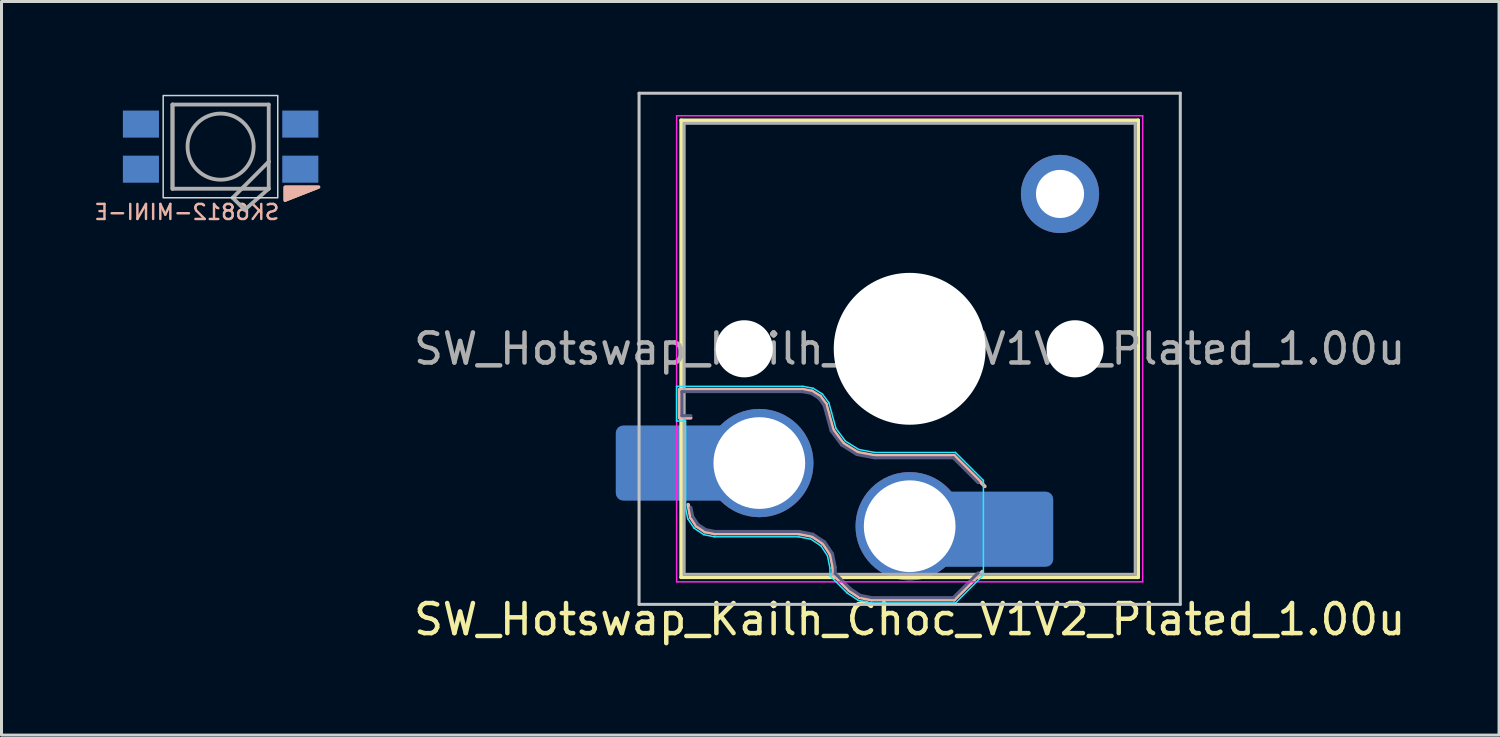
<source format=kicad_pcb>
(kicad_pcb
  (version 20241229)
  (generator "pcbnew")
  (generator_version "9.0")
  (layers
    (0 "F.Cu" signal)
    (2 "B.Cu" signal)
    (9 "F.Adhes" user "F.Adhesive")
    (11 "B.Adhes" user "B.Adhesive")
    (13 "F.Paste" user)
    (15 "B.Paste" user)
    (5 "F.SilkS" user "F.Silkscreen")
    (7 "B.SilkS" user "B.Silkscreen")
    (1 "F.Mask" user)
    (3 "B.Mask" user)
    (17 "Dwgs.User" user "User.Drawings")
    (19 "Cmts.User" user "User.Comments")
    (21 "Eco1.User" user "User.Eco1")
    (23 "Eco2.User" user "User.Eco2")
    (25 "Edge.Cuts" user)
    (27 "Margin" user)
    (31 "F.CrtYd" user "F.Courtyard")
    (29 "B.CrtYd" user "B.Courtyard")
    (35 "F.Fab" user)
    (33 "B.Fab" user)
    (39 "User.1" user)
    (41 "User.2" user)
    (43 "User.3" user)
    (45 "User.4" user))
  (footprint "SK6812-MINI-E"
    (layer "F.Cu")
    (at 4.287 1.827)
    (property "Reference" "SK6812-MINI-E" (at 2 2.47 0) (layer "B.SilkS") (effects (font (size 0.5 0.5) (thickness 0.081)) (justify left bottom mirror)))
    (fp_poly (pts (xy 2.145 1.341) (xy 3.265 1.341) (xy 2.145 1.781)) (stroke (width 0.1) (type solid)) (fill yes) (layer "F.SilkS"))
    (fp_poly (pts (xy 2.14 1.35) (xy 3.26 1.35) (xy 2.14 1.79)) (stroke (width 0.1) (type solid)) (fill yes) (layer "B.SilkS"))
    (fp_rect (start 1.9 1.7) (end -1.91 -1.7) (stroke (width 0.05) (type default)) (fill no) (layer "Edge.Cuts"))
    (fp_line (start -1.6 -1.4) (end 1.6 -1.4) (stroke (width 0.127) (type solid)) (layer "F.Fab"))
    (fp_line (start -1.6 1.4) (end -1.6 -1.4) (stroke (width 0.127) (type solid)) (layer "F.Fab"))
    (fp_line (start -1.6 1.4) (end -1.6 -1.4) (stroke (width 0.127) (type solid)) (layer "F.Fab"))
    (fp_line (start 0.4 1.7) (end 0.8 2.1) (stroke (width 0.127) (type solid)) (layer "F.Fab"))
    (fp_line (start 0.7 1.4) (end -1.6 1.4) (stroke (width 0.127) (type solid)) (layer "F.Fab"))
    (fp_line (start 0.7 1.4) (end 0.4 1.7) (stroke (width 0.127) (type solid)) (layer "F.Fab"))
    (fp_line (start 0.8 2.1) (end 1.6 1.4) (stroke (width 0.127) (type solid)) (layer "F.Fab"))
    (fp_line (start 1.6 -1.4) (end 1.6 0.5) (stroke (width 0.127) (type solid)) (layer "F.Fab"))
    (fp_line (start 1.6 0.5) (end 0.7 1.4) (stroke (width 0.127) (type solid)) (layer "F.Fab"))
    (fp_line (start 1.6 0.5) (end 1.6 1.4) (stroke (width 0.127) (type solid)) (layer "F.Fab"))
    (fp_line (start 1.6 1.4) (end 0.7 1.4) (stroke (width 0.127) (type solid)) (layer "F.Fab"))
    (fp_circle (center 0 0) (end -1.1 0) (stroke (width 0.127) (type solid)) (fill no) (layer "F.Fab"))
    (pad "1" smd rect (at -2.65 -0.75 180) (size 1.2 0.9) (layers "B.Cu" "B.Mask" "B.Paste"))
    (pad "2" smd rect (at -2.65 0.75 180) (size 1.2 0.9) (layers "B.Cu" "B.Mask" "B.Paste"))
    (pad "3" smd rect (at 2.65 0.75 180) (size 1.2 0.9) (layers "B.Cu" "B.Mask" "B.Paste"))
    (pad "4" smd rect (at 2.65 -0.75 180) (size 1.2 0.9) (layers "B.Cu" "B.Mask" "B.Paste"))
    (zone (net_name "") (layer "F.Cu") (hatch edge 0.5) (connect_pads) (min_thickness 0.25) (filled_areas_thickness no) (keepout (tracks not_allowed) (vias not_allowed) (pads not_allowed) (copperpour not_allowed) (footprints allowed)) (placement (enabled no)) (fill) (polygon (pts (xy 6.187 0.127) (xy 2.387 0.127) (xy 2.387 3.527) (xy 6.187 3.527))))
    (zone (net_name "") (layer "B.Cu") (hatch edge 0.5) (connect_pads) (min_thickness 0.25) (filled_areas_thickness no) (keepout (tracks not_allowed) (vias not_allowed) (pads not_allowed) (copperpour not_allowed) (footprints allowed)) (placement (enabled no)) (fill) (polygon (pts (xy 6.314 0) (xy 2.26 0) (xy 2.26 3.654) (xy 6.314 3.654)))))
  (footprint "SW_Hotswap_Kailh_Choc_V1V2_Plated_1.00u"
    (layer "F.Cu")
    (at 26.483 9.85)
    (property "Reference" "SW_Hotswap_Kailh_Choc_V1V2_Plated_1.00u" (at 0.72 7.7 180) (layer "F.SilkS") (effects (font (size 1 1) (thickness 0.15))))
    (attr smd)
    (fp_line (start -6.88 -8.9) (end -6.88 6.3) (stroke (width 0.12) (type solid)) (layer "F.SilkS"))
    (fp_line (start -6.88 6.3) (end 8.32 6.3) (stroke (width 0.12) (type solid)) (layer "F.SilkS"))
    (fp_line (start 8.32 -8.9) (end -6.88 -8.9) (stroke (width 0.12) (type solid)) (layer "F.SilkS"))
    (fp_line (start 8.32 6.3) (end 8.32 -8.9) (stroke (width 0.12) (type solid)) (layer "F.SilkS"))
    (fp_line (start -6.926 0.054) (end -2.84 0.054) (stroke (width 0.12) (type solid)) (layer "B.SilkS"))
    (fp_line (start -6.926 0.996) (end -6.926 0.054) (stroke (width 0.12) (type solid)) (layer "B.SilkS"))
    (fp_line (start -6.563 0.996) (end -6.926 0.996) (stroke (width 0.12) (type solid)) (layer "B.SilkS"))
    (fp_line (start -6.561 4.309) (end -6.646 3.882) (stroke (width 0.12) (type solid)) (layer "B.SilkS"))
    (fp_line (start -6.372 4.592) (end -6.561 4.309) (stroke (width 0.12) (type solid)) (layer "B.SilkS"))
    (fp_line (start -6.089 4.781) (end -6.372 4.592) (stroke (width 0.12) (type solid)) (layer "B.SilkS"))
    (fp_line (start -5.762 4.846) (end -6.089 4.781) (stroke (width 0.12) (type solid)) (layer "B.SilkS"))
    (fp_line (start -2.962 4.846) (end -5.762 4.846) (stroke (width 0.12) (type solid)) (layer "B.SilkS"))
    (fp_line (start -2.84 0.054) (end -2.53 0.113) (stroke (width 0.12) (type solid)) (layer "B.SilkS"))
    (fp_line (start -2.53 0.113) (end -2.256 0.283) (stroke (width 0.12) (type solid)) (layer "B.SilkS"))
    (fp_line (start -2.524 4.933) (end -2.962 4.846) (stroke (width 0.12) (type solid)) (layer "B.SilkS"))
    (fp_line (start -2.256 0.283) (end -2.063 0.541) (stroke (width 0.12) (type solid)) (layer "B.SilkS"))
    (fp_line (start -2.157 5.177) (end -2.524 4.933) (stroke (width 0.12) (type solid)) (layer "B.SilkS"))
    (fp_line (start -2.063 0.541) (end -1.981 0.839) (stroke (width 0.12) (type solid)) (layer "B.SilkS"))
    (fp_line (start -1.981 0.839) (end -1.827 1.397) (stroke (width 0.12) (type solid)) (layer "B.SilkS"))
    (fp_line (start -1.913 5.544) (end -2.157 5.177) (stroke (width 0.12) (type solid)) (layer "B.SilkS"))
    (fp_line (start -1.827 1.397) (end -1.489 1.85) (stroke (width 0.12) (type solid)) (layer "B.SilkS"))
    (fp_line (start -1.826 5.982) (end -1.913 5.544) (stroke (width 0.12) (type solid)) (layer "B.SilkS"))
    (fp_line (start -1.826 6.204) (end -1.826 5.982) (stroke (width 0.12) (type solid)) (layer "B.SilkS"))
    (fp_line (start -1.489 1.85) (end -1.01 2.149) (stroke (width 0.12) (type solid)) (layer "B.SilkS"))
    (fp_line (start -1.293 6.737) (end -1.826 6.204) (stroke (width 0.12) (type solid)) (layer "B.SilkS"))
    (fp_line (start -1.01 2.149) (end -0.448 2.254) (stroke (width 0.12) (type solid)) (layer "B.SilkS"))
    (fp_line (start -0.951 6.966) (end -1.293 6.737) (stroke (width 0.12) (type solid)) (layer "B.SilkS"))
    (fp_line (start -0.548 7.046) (end -0.951 6.966) (stroke (width 0.12) (type solid)) (layer "B.SilkS"))
    (fp_line (start -0.448 2.254) (end 2.199 2.254) (stroke (width 0.12) (type solid)) (layer "B.SilkS"))
    (fp_line (start 2.199 2.254) (end 3.22 3.275) (stroke (width 0.12) (type solid)) (layer "B.SilkS"))
    (fp_line (start 2.199 7.046) (end -0.548 7.046) (stroke (width 0.12) (type solid)) (layer "B.SilkS"))
    (fp_line (start 3.136 6.109) (end 2.199 7.046) (stroke (width 0.12) (type solid)) (layer "B.SilkS"))
    (fp_line (start -8.28 -9.8) (end -8.28 7.2) (stroke (width 0.1) (type solid)) (layer "Dwgs.User"))
    (fp_line (start -8.28 7.2) (end 9.72 7.2) (stroke (width 0.1) (type solid)) (layer "Dwgs.User"))
    (fp_line (start 9.72 -9.8) (end -8.28 -9.8) (stroke (width 0.1) (type solid)) (layer "Dwgs.User"))
    (fp_line (start 9.72 7.2) (end 9.72 -9.8) (stroke (width 0.1) (type solid)) (layer "Dwgs.User"))
    (fp_line (start -6.53 -8.55) (end -6.53 5.95) (stroke (width 0.1) (type solid)) (layer "Eco1.User"))
    (fp_line (start -6.53 5.95) (end 7.97 5.95) (stroke (width 0.1) (type solid)) (layer "Eco1.User"))
    (fp_line (start 7.97 -8.55) (end -6.53 -8.55) (stroke (width 0.1) (type solid)) (layer "Eco1.User"))
    (fp_line (start 7.97 5.95) (end 7.97 -8.55) (stroke (width 0.1) (type solid)) (layer "Eco1.User"))
    (fp_line (start -7.032 -0.052) (end -2.83 -0.052) (stroke (width 0.05) (type solid)) (layer "B.CrtYd"))
    (fp_line (start -7.032 1.102) (end -7.032 -0.052) (stroke (width 0.05) (type solid)) (layer "B.CrtYd"))
    (fp_line (start -6.732 1.102) (end -7.032 1.102) (stroke (width 0.05) (type solid)) (layer "B.CrtYd"))
    (fp_line (start -6.732 3.992) (end -6.732 1.102) (stroke (width 0.05) (type solid)) (layer "B.CrtYd"))
    (fp_line (start -6.661 4.35) (end -6.732 3.992) (stroke (width 0.05) (type solid)) (layer "B.CrtYd"))
    (fp_line (start -6.448 4.668) (end -6.661 4.35) (stroke (width 0.05) (type solid)) (layer "B.CrtYd"))
    (fp_line (start -6.13 4.881) (end -6.448 4.668) (stroke (width 0.05) (type solid)) (layer "B.CrtYd"))
    (fp_line (start -5.772 4.952) (end -6.13 4.881) (stroke (width 0.05) (type solid)) (layer "B.CrtYd"))
    (fp_line (start -2.972 4.952) (end -5.772 4.952) (stroke (width 0.05) (type solid)) (layer "B.CrtYd"))
    (fp_line (start -2.83 -0.052) (end -2.491 0.012) (stroke (width 0.05) (type solid)) (layer "B.CrtYd"))
    (fp_line (start -2.565 5.033) (end -2.972 4.952) (stroke (width 0.05) (type solid)) (layer "B.CrtYd"))
    (fp_line (start -2.491 0.012) (end -2.183 0.203) (stroke (width 0.05) (type solid)) (layer "B.CrtYd"))
    (fp_line (start -2.233 5.253) (end -2.565 5.033) (stroke (width 0.05) (type solid)) (layer "B.CrtYd"))
    (fp_line (start -2.183 0.203) (end -1.967 0.494) (stroke (width 0.05) (type solid)) (layer "B.CrtYd"))
    (fp_line (start -2.013 5.585) (end -2.233 5.253) (stroke (width 0.05) (type solid)) (layer "B.CrtYd"))
    (fp_line (start -1.967 0.494) (end -1.879 0.811) (stroke (width 0.05) (type solid)) (layer "B.CrtYd"))
    (fp_line (start -1.932 5.992) (end -2.013 5.585) (stroke (width 0.05) (type solid)) (layer "B.CrtYd"))
    (fp_line (start -1.932 6.248) (end -1.932 5.992) (stroke (width 0.05) (type solid)) (layer "B.CrtYd"))
    (fp_line (start -1.879 0.811) (end -1.73 1.35) (stroke (width 0.05) (type solid)) (layer "B.CrtYd"))
    (fp_line (start -1.73 1.35) (end -1.416 1.771) (stroke (width 0.05) (type solid)) (layer "B.CrtYd"))
    (fp_line (start -1.416 1.771) (end -0.971 2.048) (stroke (width 0.05) (type solid)) (layer "B.CrtYd"))
    (fp_line (start -1.361 6.819) (end -1.932 6.248) (stroke (width 0.05) (type solid)) (layer "B.CrtYd"))
    (fp_line (start -0.992 7.066) (end -1.361 6.819) (stroke (width 0.05) (type solid)) (layer "B.CrtYd"))
    (fp_line (start -0.971 2.048) (end -0.439 2.148) (stroke (width 0.05) (type solid)) (layer "B.CrtYd"))
    (fp_line (start -0.558 7.152) (end -0.992 7.066) (stroke (width 0.05) (type solid)) (layer "B.CrtYd"))
    (fp_line (start -0.439 2.148) (end 2.243 2.148) (stroke (width 0.05) (type solid)) (layer "B.CrtYd"))
    (fp_line (start 2.243 2.148) (end 3.172 3.077) (stroke (width 0.05) (type solid)) (layer "B.CrtYd"))
    (fp_line (start 2.243 7.152) (end -0.558 7.152) (stroke (width 0.05) (type solid)) (layer "B.CrtYd"))
    (fp_line (start 3.172 3.077) (end 3.172 6.223) (stroke (width 0.05) (type solid)) (layer "B.CrtYd"))
    (fp_line (start 3.172 6.223) (end 2.243 7.152) (stroke (width 0.05) (type solid)) (layer "B.CrtYd"))
    (fp_line (start -7.03 -9.05) (end -7.03 6.45) (stroke (width 0.05) (type solid)) (layer "F.CrtYd"))
    (fp_line (start -7.03 6.45) (end 8.47 6.45) (stroke (width 0.05) (type solid)) (layer "F.CrtYd"))
    (fp_line (start 8.47 -9.05) (end -7.03 -9.05) (stroke (width 0.05) (type solid)) (layer "F.CrtYd"))
    (fp_line (start 8.47 6.45) (end 8.47 -9.05) (stroke (width 0.05) (type solid)) (layer "F.CrtYd"))
    (fp_line (start -6.855 0.125) (end -2.847 0.125) (stroke (width 0.1) (type solid)) (layer "B.Fab"))
    (fp_line (start -6.855 0.925) (end -6.855 0.125) (stroke (width 0.1) (type solid)) (layer "B.Fab"))
    (fp_line (start -6.555 0.925) (end -6.855 0.925) (stroke (width 0.1) (type solid)) (layer "B.Fab"))
    (fp_line (start -6.494 4.281) (end -6.555 3.975) (stroke (width 0.1) (type solid)) (layer "B.Fab"))
    (fp_line (start -6.321 4.541) (end -6.494 4.281) (stroke (width 0.1) (type solid)) (layer "B.Fab"))
    (fp_line (start -6.061 4.714) (end -6.321 4.541) (stroke (width 0.1) (type solid)) (layer "B.Fab"))
    (fp_line (start -5.755 4.775) (end -6.061 4.714) (stroke (width 0.1) (type solid)) (layer "B.Fab"))
    (fp_line (start -2.955 4.775) (end -5.755 4.775) (stroke (width 0.1) (type solid)) (layer "B.Fab"))
    (fp_line (start -2.847 0.125) (end -2.556 0.18) (stroke (width 0.1) (type solid)) (layer "B.Fab"))
    (fp_line (start -2.556 0.18) (end -2.305 0.336) (stroke (width 0.1) (type solid)) (layer "B.Fab"))
    (fp_line (start -2.496 4.866) (end -2.955 4.775) (stroke (width 0.1) (type solid)) (layer "B.Fab"))
    (fp_line (start -2.305 0.336) (end -2.128 0.573) (stroke (width 0.1) (type solid)) (layer "B.Fab"))
    (fp_line (start -2.128 0.573) (end -2.049 0.858) (stroke (width 0.1) (type solid)) (layer "B.Fab"))
    (fp_line (start -2.106 5.126) (end -2.496 4.866) (stroke (width 0.1) (type solid)) (layer "B.Fab"))
    (fp_line (start -2.049 0.858) (end -1.892 1.429) (stroke (width 0.1) (type solid)) (layer "B.Fab"))
    (fp_line (start -1.892 1.429) (end -1.538 1.903) (stroke (width 0.1) (type solid)) (layer "B.Fab"))
    (fp_line (start -1.846 5.516) (end -2.106 5.126) (stroke (width 0.1) (type solid)) (layer "B.Fab"))
    (fp_line (start -1.755 5.975) (end -1.846 5.516) (stroke (width 0.1) (type solid)) (layer "B.Fab"))
    (fp_line (start -1.755 6.175) (end -1.755 5.975) (stroke (width 0.1) (type solid)) (layer "B.Fab"))
    (fp_line (start -1.538 1.903) (end -1.036 2.216) (stroke (width 0.1) (type solid)) (layer "B.Fab"))
    (fp_line (start -1.248 6.682) (end -1.755 6.175) (stroke (width 0.1) (type solid)) (layer "B.Fab"))
    (fp_line (start -1.036 2.216) (end -0.455 2.325) (stroke (width 0.1) (type solid)) (layer "B.Fab"))
    (fp_line (start -0.923 6.899) (end -1.248 6.682) (stroke (width 0.1) (type solid)) (layer "B.Fab"))
    (fp_line (start -0.541 6.975) (end -0.923 6.899) (stroke (width 0.1) (type solid)) (layer "B.Fab"))
    (fp_line (start -0.455 2.325) (end 2.17 2.325) (stroke (width 0.1) (type solid)) (layer "B.Fab"))
    (fp_line (start 2.17 2.325) (end 2.995 3.15) (stroke (width 0.1) (type solid)) (layer "B.Fab"))
    (fp_line (start 2.17 6.975) (end -0.541 6.975) (stroke (width 0.1) (type solid)) (layer "B.Fab"))
    (fp_line (start 2.995 6.15) (end 2.17 6.975) (stroke (width 0.1) (type solid)) (layer "B.Fab"))
    (fp_line (start -6.78 -8.8) (end -6.78 6.2) (stroke (width 0.1) (type solid)) (layer "F.Fab"))
    (fp_line (start -6.78 6.2) (end 8.22 6.2) (stroke (width 0.1) (type solid)) (layer "F.Fab"))
    (fp_line (start 8.22 -8.8) (end -6.78 -8.8) (stroke (width 0.1) (type solid)) (layer "F.Fab"))
    (fp_line (start 8.22 6.2) (end 8.22 -8.8) (stroke (width 0.1) (type solid)) (layer "F.Fab"))
    (fp_text user "${REFERENCE}" (at 0.72 -1.3 180) (layer "F.Fab") (effects (font (size 1 1) (thickness 0.15))))
    (pad "" smd roundrect (at -7.78 2.5 180) (size 2.55 2.5) (layers "B.Mask" "B.Paste") (roundrect_rratio 0.1))
    (pad "" np_thru_hole circle (at -4.78 -1.3 180) (size 1.9 1.9) (drill 1.9) (layers "*.Cu" "*.Mask"))
    (pad "" np_thru_hole circle (at 0.72 -1.3 180) (size 5.05 5.05) (drill 5.05) (layers "*.Cu" "*.Mask"))
    (pad "" smd roundrect (at 4.22 4.7 180) (size 2.55 2.5) (layers "B.Mask" "B.Paste") (roundrect_rratio 0.1))
    (pad "" thru_hole circle (at 5.72 -6.45 180) (size 2.6 2.6) (drill 1.6) (layers "*.Cu" "*.Mask"))
    (pad "" np_thru_hole circle (at 6.22 -1.3 180) (size 1.9 1.9) (drill 1.9) (layers "*.Cu" "*.Mask"))
    (pad "1" thru_hole circle (at 0.72 4.6 180) (size 3.6 3.6) (drill 3.05) (layers "*.Cu" "*.Mask"))
    (pad "1" smd roundrect (at 3.57 4.7 180) (size 3.85 2.5) (layers "B.Cu") (roundrect_rratio 0.1))
    (pad "2" smd roundrect (at -7.13 2.5 180) (size 3.85 2.5) (layers "B.Cu") (roundrect_rratio 0.1))
    (pad "2" thru_hole circle (at -4.28 2.5 180) (size 3.6 3.6) (drill 3.05) (layers "*.Cu" "*.Mask")))
  (gr_rect
    (start -3 -3)
    (end 46.804 21.398)
    (stroke (width 0.1) (type default))
    (fill no)
    (layer "Edge.Cuts")))
</source>
